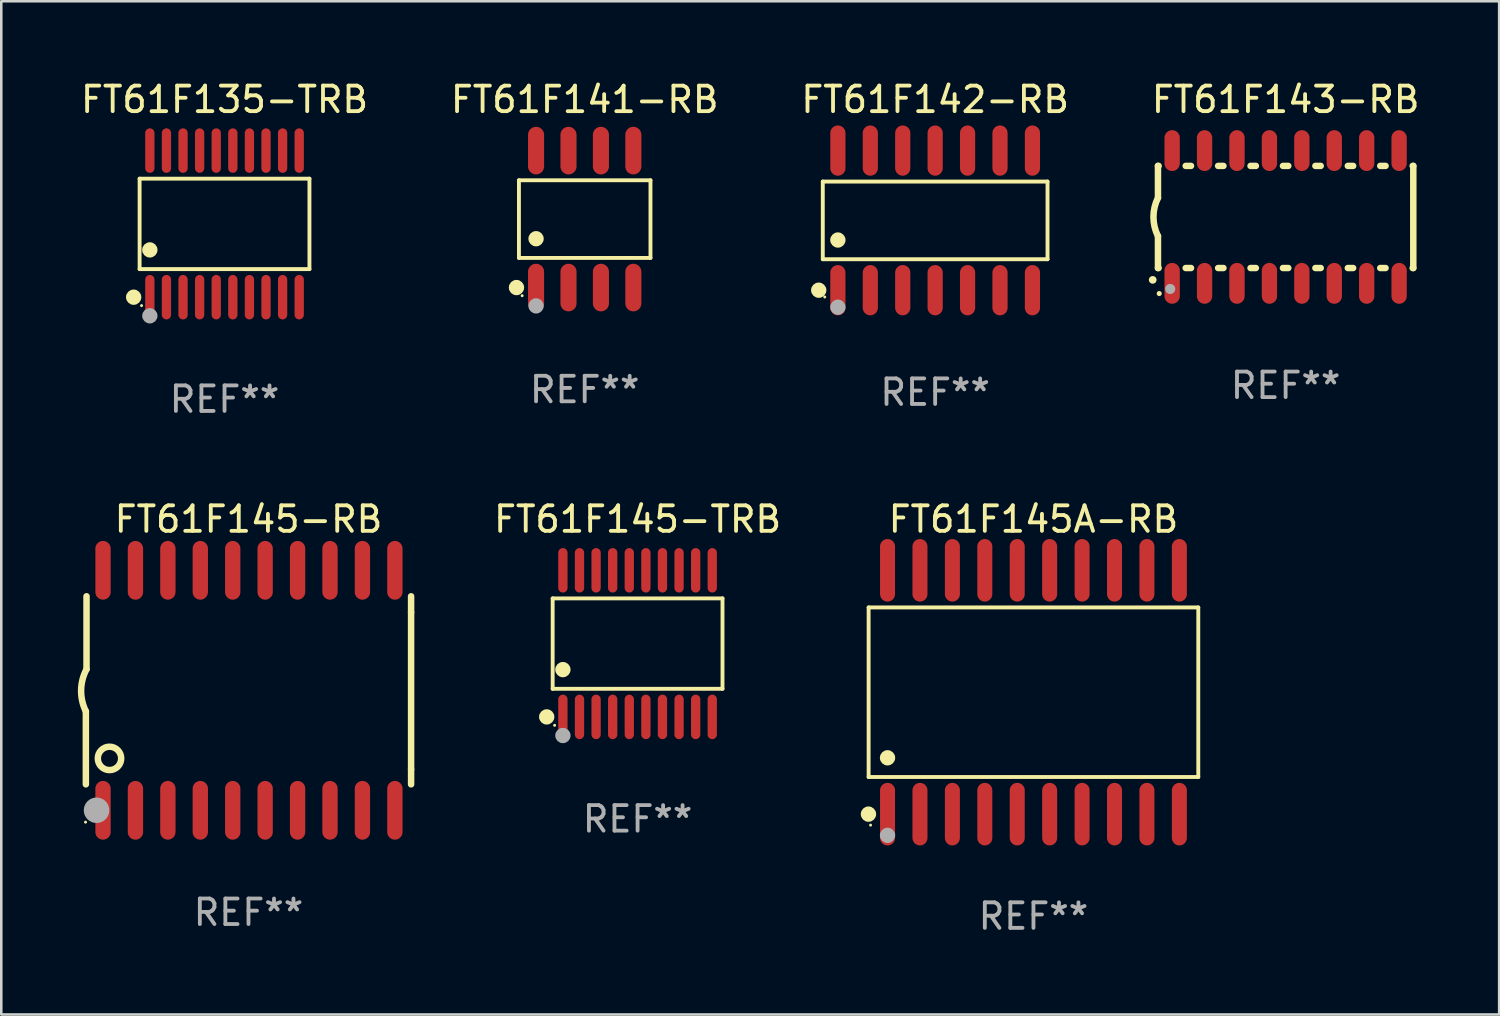
<source format=kicad_pcb>
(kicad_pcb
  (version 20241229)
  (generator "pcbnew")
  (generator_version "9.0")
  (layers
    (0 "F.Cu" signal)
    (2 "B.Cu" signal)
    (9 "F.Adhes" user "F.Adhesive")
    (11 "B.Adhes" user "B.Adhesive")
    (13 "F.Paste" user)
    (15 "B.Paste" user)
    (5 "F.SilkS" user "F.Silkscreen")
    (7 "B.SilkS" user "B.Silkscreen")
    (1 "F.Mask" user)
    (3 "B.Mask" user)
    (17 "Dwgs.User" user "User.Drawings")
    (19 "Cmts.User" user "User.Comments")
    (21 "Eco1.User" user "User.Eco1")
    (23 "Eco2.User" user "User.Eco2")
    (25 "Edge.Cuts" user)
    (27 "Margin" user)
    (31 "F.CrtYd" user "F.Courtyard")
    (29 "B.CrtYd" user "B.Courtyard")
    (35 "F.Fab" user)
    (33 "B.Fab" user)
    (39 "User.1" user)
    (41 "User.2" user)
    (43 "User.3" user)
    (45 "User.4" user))
  (footprint "FT61F143-RB"
    (layer "F.Cu")
    (at 47.304 5.448)
    (property "Reference" "FT61F143-RB" (at 0 -4.6 0) (layer "F.SilkS") (effects (font (size 1 1) (thickness 0.15))))
    (attr through_hole)
    (fp_line (start -5 -2) (end -5 -0.75) (stroke (width 0.254) (type solid)) (layer "F.SilkS"))
    (fp_line (start -5 -2) (end -4.976 -2) (stroke (width 0.254) (type solid)) (layer "F.SilkS"))
    (fp_line (start -5 2) (end -5 0.75) (stroke (width 0.254) (type solid)) (layer "F.SilkS"))
    (fp_line (start -5 2) (end -4.976 2) (stroke (width 0.254) (type solid)) (layer "F.SilkS"))
    (fp_line (start -3.914 -2) (end -3.706 -2) (stroke (width 0.254) (type solid)) (layer "F.SilkS"))
    (fp_line (start -3.914 2) (end -3.706 2) (stroke (width 0.254) (type solid)) (layer "F.SilkS"))
    (fp_line (start -2.644 -2) (end -2.436 -2) (stroke (width 0.254) (type solid)) (layer "F.SilkS"))
    (fp_line (start -2.644 2) (end -2.436 2) (stroke (width 0.254) (type solid)) (layer "F.SilkS"))
    (fp_line (start -1.374 -2) (end -1.166 -2) (stroke (width 0.254) (type solid)) (layer "F.SilkS"))
    (fp_line (start -1.374 2) (end -1.166 2) (stroke (width 0.254) (type solid)) (layer "F.SilkS"))
    (fp_line (start -0.104 -2) (end 0.104 -2) (stroke (width 0.254) (type solid)) (layer "F.SilkS"))
    (fp_line (start -0.104 2) (end 0.104 2) (stroke (width 0.254) (type solid)) (layer "F.SilkS"))
    (fp_line (start 1.166 -2) (end 1.374 -2) (stroke (width 0.254) (type solid)) (layer "F.SilkS"))
    (fp_line (start 1.166 2) (end 1.374 2) (stroke (width 0.254) (type solid)) (layer "F.SilkS"))
    (fp_line (start 2.436 -2) (end 2.644 -2) (stroke (width 0.254) (type solid)) (layer "F.SilkS"))
    (fp_line (start 2.436 2) (end 2.644 2) (stroke (width 0.254) (type solid)) (layer "F.SilkS"))
    (fp_line (start 3.706 -2) (end 3.914 -2) (stroke (width 0.254) (type solid)) (layer "F.SilkS"))
    (fp_line (start 3.706 2) (end 3.914 2) (stroke (width 0.254) (type solid)) (layer "F.SilkS"))
    (fp_line (start 4.976 -2) (end 5 -2) (stroke (width 0.254) (type solid)) (layer "F.SilkS"))
    (fp_line (start 4.976 2) (end 5 2) (stroke (width 0.254) (type solid)) (layer "F.SilkS"))
    (fp_line (start 5 2) (end 5 -2) (stroke (width 0.254) (type solid)) (layer "F.SilkS"))
    (fp_arc (start -5.20701 2.46383) (mid -5.20574 2.463825) (end -5.20447 2.46383) (stroke (width 0.3) (type solid)) (layer "F.SilkS"))
    (fp_arc (start -5 0.751207) (mid -5.177192 0.00061) (end -5 -0.749987) (stroke (width 0.254001) (type solid)) (layer "F.SilkS"))
    (fp_circle (center -4.95 3) (end -4.9 3) (stroke (width 0.1) (type solid)) (fill no) (layer "F.SilkS"))
    (fp_circle (center -4.521 2.819) (end -4.421 2.819) (stroke (width 0.2) (type solid)) (fill no) (layer "F.Fab"))
    (fp_text user "REF**" (at 0 6.6 0) (layer "F.Fab") (effects (font (size 1 1) (thickness 0.15))))
    (pad "1" smd oval (at -4.445 2.6 180) (size 0.6 1.6) (layers "F.Cu" "F.Mask" "F.Paste"))
    (pad "2" smd oval (at -3.175 2.6 180) (size 0.6 1.6) (layers "F.Cu" "F.Mask" "F.Paste"))
    (pad "3" smd oval (at -1.905 2.6 180) (size 0.6 1.6) (layers "F.Cu" "F.Mask" "F.Paste"))
    (pad "4" smd oval (at -0.635 2.6 180) (size 0.6 1.6) (layers "F.Cu" "F.Mask" "F.Paste"))
    (pad "5" smd oval (at 0.635 2.6 180) (size 0.6 1.6) (layers "F.Cu" "F.Mask" "F.Paste"))
    (pad "6" smd oval (at 1.905 2.6 180) (size 0.6 1.6) (layers "F.Cu" "F.Mask" "F.Paste"))
    (pad "7" smd oval (at 3.175 2.6 180) (size 0.6 1.6) (layers "F.Cu" "F.Mask" "F.Paste"))
    (pad "8" smd oval (at 4.445 2.6 180) (size 0.6 1.6) (layers "F.Cu" "F.Mask" "F.Paste"))
    (pad "9" smd oval (at 4.445 -2.6 180) (size 0.6 1.6) (layers "F.Cu" "F.Mask" "F.Paste"))
    (pad "10" smd oval (at 3.175 -2.6 180) (size 0.6 1.6) (layers "F.Cu" "F.Mask" "F.Paste"))
    (pad "11" smd oval (at 1.905 -2.6 180) (size 0.6 1.6) (layers "F.Cu" "F.Mask" "F.Paste"))
    (pad "12" smd oval (at 0.635 -2.6 180) (size 0.6 1.6) (layers "F.Cu" "F.Mask" "F.Paste"))
    (pad "13" smd oval (at -0.635 -2.6 180) (size 0.6 1.6) (layers "F.Cu" "F.Mask" "F.Paste"))
    (pad "14" smd oval (at -1.905 -2.6 180) (size 0.6 1.6) (layers "F.Cu" "F.Mask" "F.Paste"))
    (pad "15" smd oval (at -3.175 -2.6 180) (size 0.6 1.6) (layers "F.Cu" "F.Mask" "F.Paste"))
    (pad "16" smd oval (at -4.445 -2.6 180) (size 0.6 1.6) (layers "F.Cu" "F.Mask" "F.Paste")))
  (footprint "FT61F142-RB"
    (layer "F.Cu")
    (at 33.577 5.582)
    (property "Reference" "FT61F142-RB" (at 0 -4.734 0) (layer "F.SilkS") (effects (font (size 1 1) (thickness 0.15))))
    (attr through_hole)
    (fp_line (start -4.401 -1.521) (end 4.401 -1.521) (stroke (width 0.152) (type solid)) (layer "F.SilkS"))
    (fp_line (start -4.401 1.521) (end -4.401 -1.521) (stroke (width 0.152) (type solid)) (layer "F.SilkS"))
    (fp_line (start 4.401 -1.521) (end 4.401 1.521) (stroke (width 0.152) (type solid)) (layer "F.SilkS"))
    (fp_line (start 4.401 1.521) (end -4.401 1.521) (stroke (width 0.152) (type solid)) (layer "F.SilkS"))
    (fp_circle (center -4.56 2.734) (end -4.41 2.734) (stroke (width 0.3) (type solid)) (fill no) (layer "F.SilkS"))
    (fp_circle (center -4.325 3) (end -4.295 3) (stroke (width 0.06) (type solid)) (fill no) (layer "F.SilkS"))
    (fp_circle (center -3.81 0.769) (end -3.66 0.769) (stroke (width 0.3) (type solid)) (fill no) (layer "F.SilkS"))
    (fp_circle (center -3.81 3.4) (end -3.66 3.4) (stroke (width 0.3) (type solid)) (fill no) (layer "F.Fab"))
    (fp_text user "REF**" (at 0 6.734 0) (layer "F.Fab") (effects (font (size 1 1) (thickness 0.15))))
    (pad "1" smd oval (at -3.81 2.734) (size 0.595 1.968) (layers "F.Cu" "F.Mask" "F.Paste"))
    (pad "2" smd oval (at -2.54 2.734) (size 0.595 1.968) (layers "F.Cu" "F.Mask" "F.Paste"))
    (pad "3" smd oval (at -1.27 2.734) (size 0.595 1.968) (layers "F.Cu" "F.Mask" "F.Paste"))
    (pad "4" smd oval (at 0 2.734) (size 0.595 1.968) (layers "F.Cu" "F.Mask" "F.Paste"))
    (pad "5" smd oval (at 1.27 2.734) (size 0.595 1.968) (layers "F.Cu" "F.Mask" "F.Paste"))
    (pad "6" smd oval (at 2.54 2.734) (size 0.595 1.968) (layers "F.Cu" "F.Mask" "F.Paste"))
    (pad "7" smd oval (at 3.81 2.734) (size 0.595 1.968) (layers "F.Cu" "F.Mask" "F.Paste"))
    (pad "8" smd oval (at 3.81 -2.734) (size 0.595 1.968) (layers "F.Cu" "F.Mask" "F.Paste"))
    (pad "9" smd oval (at 2.54 -2.734) (size 0.595 1.968) (layers "F.Cu" "F.Mask" "F.Paste"))
    (pad "10" smd oval (at 1.27 -2.734) (size 0.595 1.968) (layers "F.Cu" "F.Mask" "F.Paste"))
    (pad "11" smd oval (at 0 -2.734) (size 0.595 1.968) (layers "F.Cu" "F.Mask" "F.Paste"))
    (pad "12" smd oval (at -1.27 -2.734) (size 0.595 1.968) (layers "F.Cu" "F.Mask" "F.Paste"))
    (pad "13" smd oval (at -2.54 -2.734) (size 0.595 1.968) (layers "F.Cu" "F.Mask" "F.Paste"))
    (pad "14" smd oval (at -3.81 -2.734) (size 0.595 1.968) (layers "F.Cu" "F.Mask" "F.Paste")))
  (footprint "FT61F145-RB"
    (layer "F.Cu")
    (at 6.682 23.987)
    (property "Reference" "FT61F145-RB" (at 0 -6.7 0) (layer "F.SilkS") (effects (font (size 1 1) (thickness 0.15))))
    (attr through_hole)
    (fp_line (start -6.369 0.826) (end -6.369 3.683) (stroke (width 0.254) (type solid)) (layer "F.SilkS"))
    (fp_line (start -6.343 -0.825) (end -6.343 -3.683) (stroke (width 0.254) (type solid)) (layer "F.SilkS"))
    (fp_line (start 6.369 -3.048) (end 6.369 -3.683) (stroke (width 0.254) (type solid)) (layer "F.SilkS"))
    (fp_line (start 6.369 -3.048) (end 6.369 3.096) (stroke (width 0.254) (type solid)) (layer "F.SilkS"))
    (fp_line (start 6.369 3.096) (end 6.369 3.683) (stroke (width 0.254) (type solid)) (layer "F.SilkS"))
    (fp_arc (start -6.36853 0.825552) (mid -6.554743 -0.00301) (end -6.343129 -0.825451) (stroke (width 0.254001) (type solid)) (layer "F.SilkS"))
    (fp_circle (center -6.382 5.163) (end -6.352 5.163) (stroke (width 0.06) (type solid)) (fill no) (layer "F.SilkS"))
    (fp_circle (center -5.443 2.667) (end -4.985 2.667) (stroke (width 0.254) (type solid)) (fill no) (layer "F.SilkS"))
    (fp_circle (center -5.951 4.699) (end -5.701 4.699) (stroke (width 0.5) (type solid)) (fill no) (layer "F.Fab"))
    (fp_text user "REF**" (at 0 8.7 0) (layer "F.Fab") (effects (font (size 1 1) (thickness 0.15))))
    (pad "1" smd oval (at -5.697 4.7 180) (size 0.6 2.3) (layers "F.Cu" "F.Mask" "F.Paste"))
    (pad "2" smd oval (at -4.427 4.7 180) (size 0.6 2.3) (layers "F.Cu" "F.Mask" "F.Paste"))
    (pad "3" smd oval (at -3.157 4.7 180) (size 0.6 2.3) (layers "F.Cu" "F.Mask" "F.Paste"))
    (pad "4" smd oval (at -1.887 4.7 180) (size 0.6 2.3) (layers "F.Cu" "F.Mask" "F.Paste"))
    (pad "5" smd oval (at -0.617 4.7 180) (size 0.6 2.3) (layers "F.Cu" "F.Mask" "F.Paste"))
    (pad "6" smd oval (at 0.653 4.7 180) (size 0.6 2.3) (layers "F.Cu" "F.Mask" "F.Paste"))
    (pad "7" smd oval (at 1.923 4.7 180) (size 0.6 2.3) (layers "F.Cu" "F.Mask" "F.Paste"))
    (pad "8" smd oval (at 3.193 4.7 180) (size 0.6 2.3) (layers "F.Cu" "F.Mask" "F.Paste"))
    (pad "9" smd oval (at 4.463 4.7 180) (size 0.6 2.3) (layers "F.Cu" "F.Mask" "F.Paste"))
    (pad "10" smd oval (at 5.734 4.7 180) (size 0.6 2.3) (layers "F.Cu" "F.Mask" "F.Paste"))
    (pad "11" smd oval (at 5.734 -4.7 180) (size 0.6 2.3) (layers "F.Cu" "F.Mask" "F.Paste"))
    (pad "12" smd oval (at 4.463 -4.7 180) (size 0.6 2.3) (layers "F.Cu" "F.Mask" "F.Paste"))
    (pad "13" smd oval (at 3.193 -4.7 180) (size 0.6 2.3) (layers "F.Cu" "F.Mask" "F.Paste"))
    (pad "14" smd oval (at 1.923 -4.7 180) (size 0.6 2.3) (layers "F.Cu" "F.Mask" "F.Paste"))
    (pad "15" smd oval (at 0.653 -4.7 180) (size 0.6 2.3) (layers "F.Cu" "F.Mask" "F.Paste"))
    (pad "16" smd oval (at -0.617 -4.7 180) (size 0.6 2.3) (layers "F.Cu" "F.Mask" "F.Paste"))
    (pad "17" smd oval (at -1.887 -4.7 180) (size 0.6 2.3) (layers "F.Cu" "F.Mask" "F.Paste"))
    (pad "18" smd oval (at -3.157 -4.7 180) (size 0.6 2.3) (layers "F.Cu" "F.Mask" "F.Paste"))
    (pad "19" smd oval (at -4.427 -4.7 180) (size 0.6 2.3) (layers "F.Cu" "F.Mask" "F.Paste"))
    (pad "20" smd oval (at -5.697 -4.7 180) (size 0.6 2.3) (layers "F.Cu" "F.Mask" "F.Paste")))
  (footprint "FT61F135-TRB"
    (layer "F.Cu")
    (at 5.744 5.719)
    (property "Reference" "FT61F135-TRB" (at 0 -4.871 0) (layer "F.SilkS") (effects (font (size 1 1) (thickness 0.15))))
    (attr through_hole)
    (fp_line (start -3.326 -1.771) (end 3.326 -1.771) (stroke (width 0.152) (type solid)) (layer "F.SilkS"))
    (fp_line (start -3.326 1.771) (end -3.326 -1.771) (stroke (width 0.152) (type solid)) (layer "F.SilkS"))
    (fp_line (start 3.326 -1.771) (end 3.326 1.771) (stroke (width 0.152) (type solid)) (layer "F.SilkS"))
    (fp_line (start 3.326 1.771) (end -3.326 1.771) (stroke (width 0.152) (type solid)) (layer "F.SilkS"))
    (fp_circle (center -3.559 2.871) (end -3.409 2.871) (stroke (width 0.3) (type solid)) (fill no) (layer "F.SilkS"))
    (fp_circle (center -3.25 3.2) (end -3.22 3.2) (stroke (width 0.06) (type solid)) (fill no) (layer "F.SilkS"))
    (fp_circle (center -2.925 1.019) (end -2.775 1.019) (stroke (width 0.3) (type solid)) (fill no) (layer "F.SilkS"))
    (fp_circle (center -2.925 3.6) (end -2.775 3.6) (stroke (width 0.3) (type solid)) (fill no) (layer "F.Fab"))
    (fp_text user "REF**" (at 0 6.871 0) (layer "F.Fab") (effects (font (size 1 1) (thickness 0.15))))
    (pad "1" smd oval (at -2.925 2.871) (size 0.364 1.742) (layers "F.Cu" "F.Mask" "F.Paste"))
    (pad "2" smd oval (at -2.275 2.871) (size 0.364 1.742) (layers "F.Cu" "F.Mask" "F.Paste"))
    (pad "3" smd oval (at -1.625 2.871) (size 0.364 1.742) (layers "F.Cu" "F.Mask" "F.Paste"))
    (pad "4" smd oval (at -0.975 2.871) (size 0.364 1.742) (layers "F.Cu" "F.Mask" "F.Paste"))
    (pad "5" smd oval (at -0.325 2.871) (size 0.364 1.742) (layers "F.Cu" "F.Mask" "F.Paste"))
    (pad "6" smd oval (at 0.325 2.871) (size 0.364 1.742) (layers "F.Cu" "F.Mask" "F.Paste"))
    (pad "7" smd oval (at 0.975 2.871) (size 0.364 1.742) (layers "F.Cu" "F.Mask" "F.Paste"))
    (pad "8" smd oval (at 1.625 2.871) (size 0.364 1.742) (layers "F.Cu" "F.Mask" "F.Paste"))
    (pad "9" smd oval (at 2.275 2.871) (size 0.364 1.742) (layers "F.Cu" "F.Mask" "F.Paste"))
    (pad "10" smd oval (at 2.925 2.871) (size 0.364 1.742) (layers "F.Cu" "F.Mask" "F.Paste"))
    (pad "11" smd oval (at 2.925 -2.871) (size 0.364 1.742) (layers "F.Cu" "F.Mask" "F.Paste"))
    (pad "12" smd oval (at 2.275 -2.871) (size 0.364 1.742) (layers "F.Cu" "F.Mask" "F.Paste"))
    (pad "13" smd oval (at 1.625 -2.871) (size 0.364 1.742) (layers "F.Cu" "F.Mask" "F.Paste"))
    (pad "14" smd oval (at 0.975 -2.871) (size 0.364 1.742) (layers "F.Cu" "F.Mask" "F.Paste"))
    (pad "15" smd oval (at 0.325 -2.871) (size 0.364 1.742) (layers "F.Cu" "F.Mask" "F.Paste"))
    (pad "16" smd oval (at -0.325 -2.871) (size 0.364 1.742) (layers "F.Cu" "F.Mask" "F.Paste"))
    (pad "17" smd oval (at -0.975 -2.871) (size 0.364 1.742) (layers "F.Cu" "F.Mask" "F.Paste"))
    (pad "18" smd oval (at -1.625 -2.871) (size 0.364 1.742) (layers "F.Cu" "F.Mask" "F.Paste"))
    (pad "19" smd oval (at -2.275 -2.871) (size 0.364 1.742) (layers "F.Cu" "F.Mask" "F.Paste"))
    (pad "20" smd oval (at -2.925 -2.871) (size 0.364 1.742) (layers "F.Cu" "F.Mask" "F.Paste")))
  (footprint "FT61F145A-RB"
    (layer "F.Cu")
    (at 37.427 24.062)
    (property "Reference" "FT61F145A-RB" (at 0 -6.775 0) (layer "F.SilkS") (effects (font (size 1 1) (thickness 0.15))))
    (attr through_hole)
    (fp_line (start -6.456 -3.321) (end 6.456 -3.321) (stroke (width 0.152) (type solid)) (layer "F.SilkS"))
    (fp_line (start -6.456 3.321) (end -6.456 -3.321) (stroke (width 0.152) (type solid)) (layer "F.SilkS"))
    (fp_line (start 6.456 -3.321) (end 6.456 3.321) (stroke (width 0.152) (type solid)) (layer "F.SilkS"))
    (fp_line (start 6.456 3.321) (end -6.456 3.321) (stroke (width 0.152) (type solid)) (layer "F.SilkS"))
    (fp_circle (center -6.462 4.775) (end -6.311 4.775) (stroke (width 0.3) (type solid)) (fill no) (layer "F.SilkS"))
    (fp_circle (center -6.38 5.205) (end -6.35 5.205) (stroke (width 0.06) (type solid)) (fill no) (layer "F.SilkS"))
    (fp_circle (center -5.715 2.569) (end -5.565 2.569) (stroke (width 0.3) (type solid)) (fill no) (layer "F.SilkS"))
    (fp_circle (center -5.715 5.605) (end -5.565 5.605) (stroke (width 0.3) (type solid)) (fill no) (layer "F.Fab"))
    (fp_text user "REF**" (at 0 8.775 0) (layer "F.Fab") (effects (font (size 1 1) (thickness 0.15))))
    (pad "1" smd oval (at -5.715 4.775) (size 0.588 2.45) (layers "F.Cu" "F.Mask" "F.Paste"))
    (pad "2" smd oval (at -4.445 4.775) (size 0.588 2.45) (layers "F.Cu" "F.Mask" "F.Paste"))
    (pad "3" smd oval (at -3.175 4.775) (size 0.588 2.45) (layers "F.Cu" "F.Mask" "F.Paste"))
    (pad "4" smd oval (at -1.905 4.775) (size 0.588 2.45) (layers "F.Cu" "F.Mask" "F.Paste"))
    (pad "5" smd oval (at -0.635 4.775) (size 0.588 2.45) (layers "F.Cu" "F.Mask" "F.Paste"))
    (pad "6" smd oval (at 0.635 4.775) (size 0.588 2.45) (layers "F.Cu" "F.Mask" "F.Paste"))
    (pad "7" smd oval (at 1.905 4.775) (size 0.588 2.45) (layers "F.Cu" "F.Mask" "F.Paste"))
    (pad "8" smd oval (at 3.175 4.775) (size 0.588 2.45) (layers "F.Cu" "F.Mask" "F.Paste"))
    (pad "9" smd oval (at 4.445 4.775) (size 0.588 2.45) (layers "F.Cu" "F.Mask" "F.Paste"))
    (pad "10" smd oval (at 5.715 4.775) (size 0.588 2.45) (layers "F.Cu" "F.Mask" "F.Paste"))
    (pad "11" smd oval (at 5.715 -4.775) (size 0.588 2.45) (layers "F.Cu" "F.Mask" "F.Paste"))
    (pad "12" smd oval (at 4.445 -4.775) (size 0.588 2.45) (layers "F.Cu" "F.Mask" "F.Paste"))
    (pad "13" smd oval (at 3.175 -4.775) (size 0.588 2.45) (layers "F.Cu" "F.Mask" "F.Paste"))
    (pad "14" smd oval (at 1.905 -4.775) (size 0.588 2.45) (layers "F.Cu" "F.Mask" "F.Paste"))
    (pad "15" smd oval (at 0.635 -4.775) (size 0.588 2.45) (layers "F.Cu" "F.Mask" "F.Paste"))
    (pad "16" smd oval (at -0.635 -4.775) (size 0.588 2.45) (layers "F.Cu" "F.Mask" "F.Paste"))
    (pad "17" smd oval (at -1.905 -4.775) (size 0.588 2.45) (layers "F.Cu" "F.Mask" "F.Paste"))
    (pad "18" smd oval (at -3.175 -4.775) (size 0.588 2.45) (layers "F.Cu" "F.Mask" "F.Paste"))
    (pad "19" smd oval (at -4.445 -4.775) (size 0.588 2.45) (layers "F.Cu" "F.Mask" "F.Paste"))
    (pad "20" smd oval (at -5.715 -4.775) (size 0.588 2.45) (layers "F.Cu" "F.Mask" "F.Paste")))
  (footprint "FT61F141-RB"
    (layer "F.Cu")
    (at 19.851 5.531)
    (property "Reference" "FT61F141-RB" (at 0 -4.682 0) (layer "F.SilkS") (effects (font (size 1 1) (thickness 0.15))))
    (attr through_hole)
    (fp_line (start -2.576 -1.521) (end 2.576 -1.521) (stroke (width 0.152) (type solid)) (layer "F.SilkS"))
    (fp_line (start -2.576 1.521) (end -2.576 -1.521) (stroke (width 0.152) (type solid)) (layer "F.SilkS"))
    (fp_line (start 2.576 -1.521) (end 2.576 1.521) (stroke (width 0.152) (type solid)) (layer "F.SilkS"))
    (fp_line (start 2.576 1.521) (end -2.576 1.521) (stroke (width 0.152) (type solid)) (layer "F.SilkS"))
    (fp_circle (center -2.672 2.682) (end -2.522 2.682) (stroke (width 0.3) (type solid)) (fill no) (layer "F.SilkS"))
    (fp_circle (center -2.45 3) (end -2.42 3) (stroke (width 0.06) (type solid)) (fill no) (layer "F.SilkS"))
    (fp_circle (center -1.905 0.769) (end -1.755 0.769) (stroke (width 0.3) (type solid)) (fill no) (layer "F.SilkS"))
    (fp_circle (center -1.905 3.4) (end -1.755 3.4) (stroke (width 0.3) (type solid)) (fill no) (layer "F.Fab"))
    (fp_text user "REF**" (at 0 6.682 0) (layer "F.Fab") (effects (font (size 1 1) (thickness 0.15))))
    (pad "1" smd oval (at -1.905 2.682) (size 0.63 1.865) (layers "F.Cu" "F.Mask" "F.Paste"))
    (pad "2" smd oval (at -0.635 2.682) (size 0.63 1.865) (layers "F.Cu" "F.Mask" "F.Paste"))
    (pad "3" smd oval (at 0.635 2.682) (size 0.63 1.865) (layers "F.Cu" "F.Mask" "F.Paste"))
    (pad "4" smd oval (at 1.905 2.682) (size 0.63 1.865) (layers "F.Cu" "F.Mask" "F.Paste"))
    (pad "5" smd oval (at 1.905 -2.682) (size 0.63 1.865) (layers "F.Cu" "F.Mask" "F.Paste"))
    (pad "6" smd oval (at 0.635 -2.682) (size 0.63 1.865) (layers "F.Cu" "F.Mask" "F.Paste"))
    (pad "7" smd oval (at -0.635 -2.682) (size 0.63 1.865) (layers "F.Cu" "F.Mask" "F.Paste"))
    (pad "8" smd oval (at -1.905 -2.682) (size 0.63 1.865) (layers "F.Cu" "F.Mask" "F.Paste")))
  (footprint "FT61F145-TRB"
    (layer "F.Cu")
    (at 21.922 22.158)
    (property "Reference" "FT61F145-TRB" (at 0 -4.871 0) (layer "F.SilkS") (effects (font (size 1 1) (thickness 0.15))))
    (attr through_hole)
    (fp_line (start -3.326 -1.771) (end 3.326 -1.771) (stroke (width 0.152) (type solid)) (layer "F.SilkS"))
    (fp_line (start -3.326 1.771) (end -3.326 -1.771) (stroke (width 0.152) (type solid)) (layer "F.SilkS"))
    (fp_line (start 3.326 -1.771) (end 3.326 1.771) (stroke (width 0.152) (type solid)) (layer "F.SilkS"))
    (fp_line (start 3.326 1.771) (end -3.326 1.771) (stroke (width 0.152) (type solid)) (layer "F.SilkS"))
    (fp_circle (center -3.559 2.871) (end -3.409 2.871) (stroke (width 0.3) (type solid)) (fill no) (layer "F.SilkS"))
    (fp_circle (center -3.25 3.2) (end -3.22 3.2) (stroke (width 0.06) (type solid)) (fill no) (layer "F.SilkS"))
    (fp_circle (center -2.925 1.019) (end -2.775 1.019) (stroke (width 0.3) (type solid)) (fill no) (layer "F.SilkS"))
    (fp_circle (center -2.925 3.6) (end -2.775 3.6) (stroke (width 0.3) (type solid)) (fill no) (layer "F.Fab"))
    (fp_text user "REF**" (at 0 6.871 0) (layer "F.Fab") (effects (font (size 1 1) (thickness 0.15))))
    (pad "1" smd oval (at -2.925 2.871) (size 0.364 1.742) (layers "F.Cu" "F.Mask" "F.Paste"))
    (pad "2" smd oval (at -2.275 2.871) (size 0.364 1.742) (layers "F.Cu" "F.Mask" "F.Paste"))
    (pad "3" smd oval (at -1.625 2.871) (size 0.364 1.742) (layers "F.Cu" "F.Mask" "F.Paste"))
    (pad "4" smd oval (at -0.975 2.871) (size 0.364 1.742) (layers "F.Cu" "F.Mask" "F.Paste"))
    (pad "5" smd oval (at -0.325 2.871) (size 0.364 1.742) (layers "F.Cu" "F.Mask" "F.Paste"))
    (pad "6" smd oval (at 0.325 2.871) (size 0.364 1.742) (layers "F.Cu" "F.Mask" "F.Paste"))
    (pad "7" smd oval (at 0.975 2.871) (size 0.364 1.742) (layers "F.Cu" "F.Mask" "F.Paste"))
    (pad "8" smd oval (at 1.625 2.871) (size 0.364 1.742) (layers "F.Cu" "F.Mask" "F.Paste"))
    (pad "9" smd oval (at 2.275 2.871) (size 0.364 1.742) (layers "F.Cu" "F.Mask" "F.Paste"))
    (pad "10" smd oval (at 2.925 2.871) (size 0.364 1.742) (layers "F.Cu" "F.Mask" "F.Paste"))
    (pad "11" smd oval (at 2.925 -2.871) (size 0.364 1.742) (layers "F.Cu" "F.Mask" "F.Paste"))
    (pad "12" smd oval (at 2.275 -2.871) (size 0.364 1.742) (layers "F.Cu" "F.Mask" "F.Paste"))
    (pad "13" smd oval (at 1.625 -2.871) (size 0.364 1.742) (layers "F.Cu" "F.Mask" "F.Paste"))
    (pad "14" smd oval (at 0.975 -2.871) (size 0.364 1.742) (layers "F.Cu" "F.Mask" "F.Paste"))
    (pad "15" smd oval (at 0.325 -2.871) (size 0.364 1.742) (layers "F.Cu" "F.Mask" "F.Paste"))
    (pad "16" smd oval (at -0.325 -2.871) (size 0.364 1.742) (layers "F.Cu" "F.Mask" "F.Paste"))
    (pad "17" smd oval (at -0.975 -2.871) (size 0.364 1.742) (layers "F.Cu" "F.Mask" "F.Paste"))
    (pad "18" smd oval (at -1.625 -2.871) (size 0.364 1.742) (layers "F.Cu" "F.Mask" "F.Paste"))
    (pad "19" smd oval (at -2.275 -2.871) (size 0.364 1.742) (layers "F.Cu" "F.Mask" "F.Paste"))
    (pad "20" smd oval (at -2.925 -2.871) (size 0.364 1.742) (layers "F.Cu" "F.Mask" "F.Paste")))
  (gr_rect
    (start -3 -3)
    (end 55.667 36.685)
    (stroke (width 0.1) (type default))
    (fill no)
    (layer "Edge.Cuts")))
</source>
